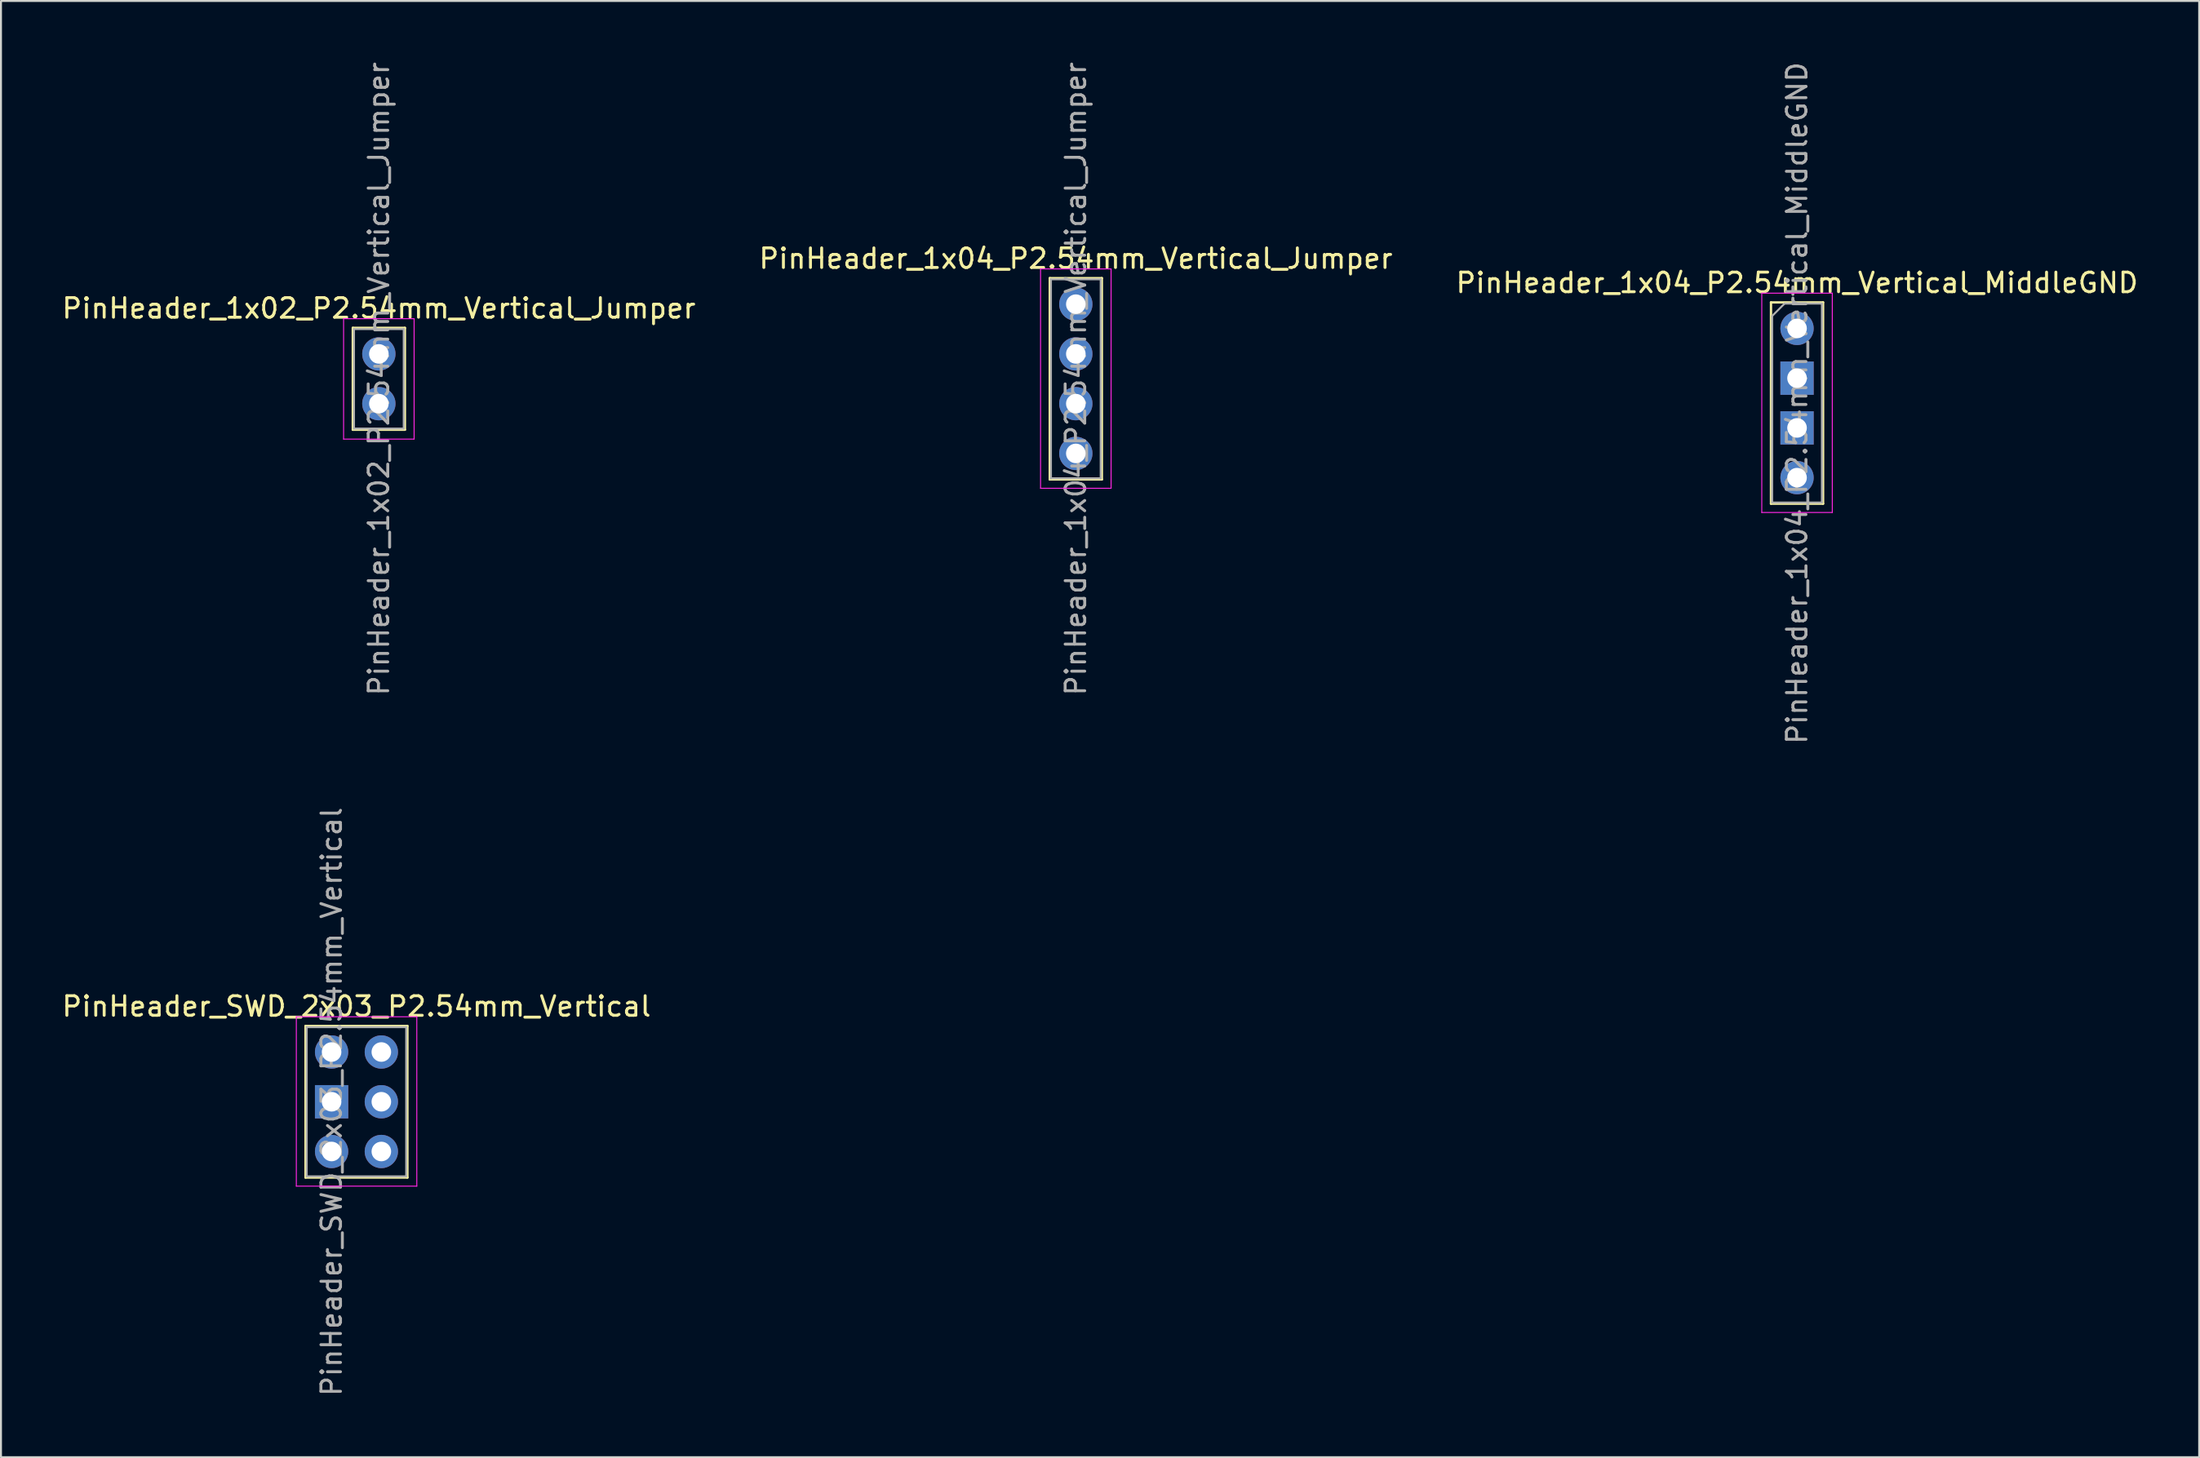
<source format=kicad_pcb>
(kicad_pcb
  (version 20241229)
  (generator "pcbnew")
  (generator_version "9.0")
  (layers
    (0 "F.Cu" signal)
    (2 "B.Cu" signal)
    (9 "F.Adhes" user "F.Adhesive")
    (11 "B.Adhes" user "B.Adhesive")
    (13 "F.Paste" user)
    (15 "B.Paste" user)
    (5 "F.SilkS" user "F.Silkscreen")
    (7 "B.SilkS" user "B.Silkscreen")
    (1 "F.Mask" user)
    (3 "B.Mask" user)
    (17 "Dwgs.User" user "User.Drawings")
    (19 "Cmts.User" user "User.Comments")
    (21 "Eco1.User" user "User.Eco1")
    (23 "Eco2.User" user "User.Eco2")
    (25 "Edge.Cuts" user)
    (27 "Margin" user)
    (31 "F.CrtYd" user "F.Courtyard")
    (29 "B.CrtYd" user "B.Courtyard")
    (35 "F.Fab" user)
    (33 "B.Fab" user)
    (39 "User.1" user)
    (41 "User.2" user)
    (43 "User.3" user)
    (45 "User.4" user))
  (footprint "PinHeader_1x04_P2.54mm_Vertical_Jumper"
    (layer "F.Cu")
    (at 51.875 16.292)
    (property "Reference" "PinHeader_1x04_P2.54mm_Vertical_Jumper" (at 0 -6.14 0) (layer "F.SilkS") (effects (font (size 1 1) (thickness 0.15))))
    (attr through_hole)
    (fp_line (start -1.33 -5.14) (end -1.33 5.14) (stroke (width 0.12) (type solid)) (layer "F.SilkS"))
    (fp_line (start -1.33 -5.14) (end 1.33 -5.14) (stroke (width 0.12) (type solid)) (layer "F.SilkS"))
    (fp_line (start -1.33 5.14) (end 1.33 5.14) (stroke (width 0.12) (type solid)) (layer "F.SilkS"))
    (fp_line (start 1.33 -5.14) (end 1.33 5.14) (stroke (width 0.12) (type solid)) (layer "F.SilkS"))
    (fp_line (start -1.8 -5.61) (end -1.8 5.59) (stroke (width 0.05) (type solid)) (layer "F.CrtYd"))
    (fp_line (start -1.8 5.59) (end 1.8 5.59) (stroke (width 0.05) (type solid)) (layer "F.CrtYd"))
    (fp_line (start 1.8 -5.61) (end -1.8 -5.61) (stroke (width 0.05) (type solid)) (layer "F.CrtYd"))
    (fp_line (start 1.8 5.59) (end 1.8 -5.61) (stroke (width 0.05) (type solid)) (layer "F.CrtYd"))
    (fp_line (start -1.27 -5.08) (end 1.27 -5.08) (stroke (width 0.1) (type solid)) (layer "F.Fab"))
    (fp_line (start -1.27 5.08) (end -1.27 -5.08) (stroke (width 0.1) (type solid)) (layer "F.Fab"))
    (fp_line (start 1.27 -5.08) (end 1.27 5.08) (stroke (width 0.1) (type solid)) (layer "F.Fab"))
    (fp_line (start 1.27 5.08) (end -1.27 5.08) (stroke (width 0.1) (type solid)) (layer "F.Fab"))
    (fp_text user "${REFERENCE}" (at 0 0 90) (layer "F.Fab") (effects (font (size 1 1) (thickness 0.15))))
    (pad "1" thru_hole oval (at 0 -3.81) (size 1.7 1.7) (drill 1) (layers "*.Cu" "*.Mask"))
    (pad "2" thru_hole circle (at 0 -1.27) (size 1.7 1.7) (drill 1) (layers "*.Cu" "*.Mask"))
    (pad "3" thru_hole circle (at 0 1.27) (size 1.7 1.7) (drill 1) (layers "*.Cu" "*.Mask"))
    (pad "4" thru_hole oval (at 0 3.81) (size 1.7 1.7) (drill 1) (layers "*.Cu" "*.Mask")))
  (footprint "PinHeader_SWD_2x03_P2.54mm_Vertical"
    (layer "F.Cu")
    (at 15.149 53.208)
    (property "Reference" "PinHeader_SWD_2x03_P2.54mm_Vertical" (at 0 -4.87 0) (layer "F.SilkS") (effects (font (size 1 1) (thickness 0.15))))
    (attr through_hole)
    (fp_line (start -2.6 3.87) (end -2.6 -3.87) (stroke (width 0.12) (type solid)) (layer "F.SilkS"))
    (fp_line (start -2.6 3.87) (end 2.6 3.87) (stroke (width 0.12) (type solid)) (layer "F.SilkS"))
    (fp_line (start 2.6 -3.87) (end -2.6 -3.87) (stroke (width 0.12) (type solid)) (layer "F.SilkS"))
    (fp_line (start 2.6 -3.87) (end 2.6 3.87) (stroke (width 0.12) (type solid)) (layer "F.SilkS"))
    (fp_line (start -3.07 -4.34) (end -3.07 4.31) (stroke (width 0.05) (type solid)) (layer "F.CrtYd"))
    (fp_line (start -3.07 4.31) (end 3.08 4.31) (stroke (width 0.05) (type solid)) (layer "F.CrtYd"))
    (fp_line (start 3.08 -4.34) (end -3.07 -4.34) (stroke (width 0.05) (type solid)) (layer "F.CrtYd"))
    (fp_line (start 3.08 4.31) (end 3.08 -4.34) (stroke (width 0.05) (type solid)) (layer "F.CrtYd"))
    (fp_line (start -2.54 -3.81) (end 2.54 -3.81) (stroke (width 0.1) (type solid)) (layer "F.Fab"))
    (fp_line (start -2.54 3.81) (end -2.54 -3.81) (stroke (width 0.1) (type solid)) (layer "F.Fab"))
    (fp_line (start 2.54 -3.81) (end 2.54 3.81) (stroke (width 0.1) (type solid)) (layer "F.Fab"))
    (fp_line (start 2.54 3.81) (end -2.54 3.81) (stroke (width 0.1) (type solid)) (layer "F.Fab"))
    (fp_text user "${REFERENCE}" (at -1.27 0 90) (layer "F.Fab") (effects (font (size 1 1) (thickness 0.15))))
    (pad "1" thru_hole circle (at -1.27 -2.54) (size 1.7 1.7) (drill 1) (layers "*.Cu" "*.Mask"))
    (pad "2" thru_hole oval (at 1.27 -2.54) (size 1.7 1.7) (drill 1) (layers "*.Cu" "*.Mask"))
    (pad "3" thru_hole rect (at -1.27 0) (size 1.7 1.7) (drill 1) (layers "*.Cu" "*.Mask"))
    (pad "4" thru_hole oval (at 1.27 0) (size 1.7 1.7) (drill 1) (layers "*.Cu" "*.Mask"))
    (pad "5" thru_hole oval (at -1.27 2.54) (size 1.7 1.7) (drill 1) (layers "*.Cu" "*.Mask"))
    (pad "6" thru_hole oval (at 1.27 2.54) (size 1.7 1.7) (drill 1) (layers "*.Cu" "*.Mask")))
  (footprint "PinHeader_1x02_P2.54mm_Vertical_Jumper"
    (layer "F.Cu")
    (at 16.292 15.022)
    (property "Reference" "PinHeader_1x02_P2.54mm_Vertical_Jumper" (at 0 -2.33 0) (layer "F.SilkS") (effects (font (size 1 1) (thickness 0.15))))
    (attr through_hole)
    (fp_line (start -1.33 -1.33) (end -1.33 3.87) (stroke (width 0.12) (type solid)) (layer "F.SilkS"))
    (fp_line (start -1.33 -1.33) (end 1.33 -1.33) (stroke (width 0.12) (type solid)) (layer "F.SilkS"))
    (fp_line (start -1.33 3.87) (end 1.33 3.87) (stroke (width 0.12) (type solid)) (layer "F.SilkS"))
    (fp_line (start 1.33 -1.33) (end 1.33 3.87) (stroke (width 0.12) (type solid)) (layer "F.SilkS"))
    (fp_line (start -1.8 -1.8) (end -1.8 4.35) (stroke (width 0.05) (type solid)) (layer "F.CrtYd"))
    (fp_line (start -1.8 4.35) (end 1.8 4.35) (stroke (width 0.05) (type solid)) (layer "F.CrtYd"))
    (fp_line (start 1.8 -1.8) (end -1.8 -1.8) (stroke (width 0.05) (type solid)) (layer "F.CrtYd"))
    (fp_line (start 1.8 4.35) (end 1.8 -1.8) (stroke (width 0.05) (type solid)) (layer "F.CrtYd"))
    (fp_line (start -1.27 -1.27) (end 1.27 -1.27) (stroke (width 0.1) (type solid)) (layer "F.Fab"))
    (fp_line (start -1.27 3.81) (end -1.27 -1.27) (stroke (width 0.1) (type solid)) (layer "F.Fab"))
    (fp_line (start 1.27 -1.27) (end 1.27 3.81) (stroke (width 0.1) (type solid)) (layer "F.Fab"))
    (fp_line (start 1.27 3.81) (end -1.27 3.81) (stroke (width 0.1) (type solid)) (layer "F.Fab"))
    (fp_text user "${REFERENCE}" (at 0 1.27 90) (layer "F.Fab") (effects (font (size 1 1) (thickness 0.15))))
    (pad "1" thru_hole oval (at 0 0) (size 1.7 1.7) (drill 1) (layers "*.Cu" "*.Mask"))
    (pad "2" thru_hole oval (at 0 2.54) (size 1.7 1.7) (drill 1) (layers "*.Cu" "*.Mask")))
  (footprint "PinHeader_1x04_P2.54mm_Vertical_MiddleGND"
    (layer "F.Cu")
    (at 88.696 17.53)
    (property "Reference" "PinHeader_1x04_P2.54mm_Vertical_MiddleGND" (at 0 -6.14 0) (layer "F.SilkS") (effects (font (size 1 1) (thickness 0.15))))
    (attr through_hole)
    (fp_line (start -1.33 -5.14) (end -1.33 5.14) (stroke (width 0.12) (type solid)) (layer "F.SilkS"))
    (fp_line (start -1.33 -5.14) (end 1.33 -5.14) (stroke (width 0.12) (type solid)) (layer "F.SilkS"))
    (fp_line (start -1.33 5.14) (end 1.33 5.14) (stroke (width 0.12) (type solid)) (layer "F.SilkS"))
    (fp_line (start 1.33 -5.14) (end 1.33 5.14) (stroke (width 0.12) (type solid)) (layer "F.SilkS"))
    (fp_line (start -1.8 -5.61) (end -1.8 5.59) (stroke (width 0.05) (type solid)) (layer "F.CrtYd"))
    (fp_line (start -1.8 5.59) (end 1.8 5.59) (stroke (width 0.05) (type solid)) (layer "F.CrtYd"))
    (fp_line (start 1.8 -5.61) (end -1.8 -5.61) (stroke (width 0.05) (type solid)) (layer "F.CrtYd"))
    (fp_line (start 1.8 5.59) (end 1.8 -5.61) (stroke (width 0.05) (type solid)) (layer "F.CrtYd"))
    (fp_line (start -1.27 -4.445) (end -0.635 -5.08) (stroke (width 0.1) (type solid)) (layer "F.Fab"))
    (fp_line (start -1.27 5.08) (end -1.27 -4.445) (stroke (width 0.1) (type solid)) (layer "F.Fab"))
    (fp_line (start -0.635 -5.08) (end 1.27 -5.08) (stroke (width 0.1) (type solid)) (layer "F.Fab"))
    (fp_line (start 1.27 -5.08) (end 1.27 5.08) (stroke (width 0.1) (type solid)) (layer "F.Fab"))
    (fp_line (start 1.27 5.08) (end -1.27 5.08) (stroke (width 0.1) (type solid)) (layer "F.Fab"))
    (fp_text user "${REFERENCE}" (at 0 0 90) (layer "F.Fab") (effects (font (size 1 1) (thickness 0.15))))
    (pad "1" thru_hole oval (at 0 -3.81) (size 1.7 1.7) (drill 1) (layers "*.Cu" "*.Mask"))
    (pad "2" thru_hole rect (at 0 -1.27) (size 1.7 1.7) (drill 1) (layers "*.Cu" "*.Mask"))
    (pad "3" thru_hole rect (at 0 1.27) (size 1.7 1.7) (drill 1) (layers "*.Cu" "*.Mask"))
    (pad "4" thru_hole oval (at 0 3.81) (size 1.7 1.7) (drill 1) (layers "*.Cu" "*.Mask")))
  (gr_rect
    (start -3 -3)
    (end 109.226 71.357)
    (stroke (width 0.1) (type default))
    (fill no)
    (layer "Edge.Cuts")))
</source>
